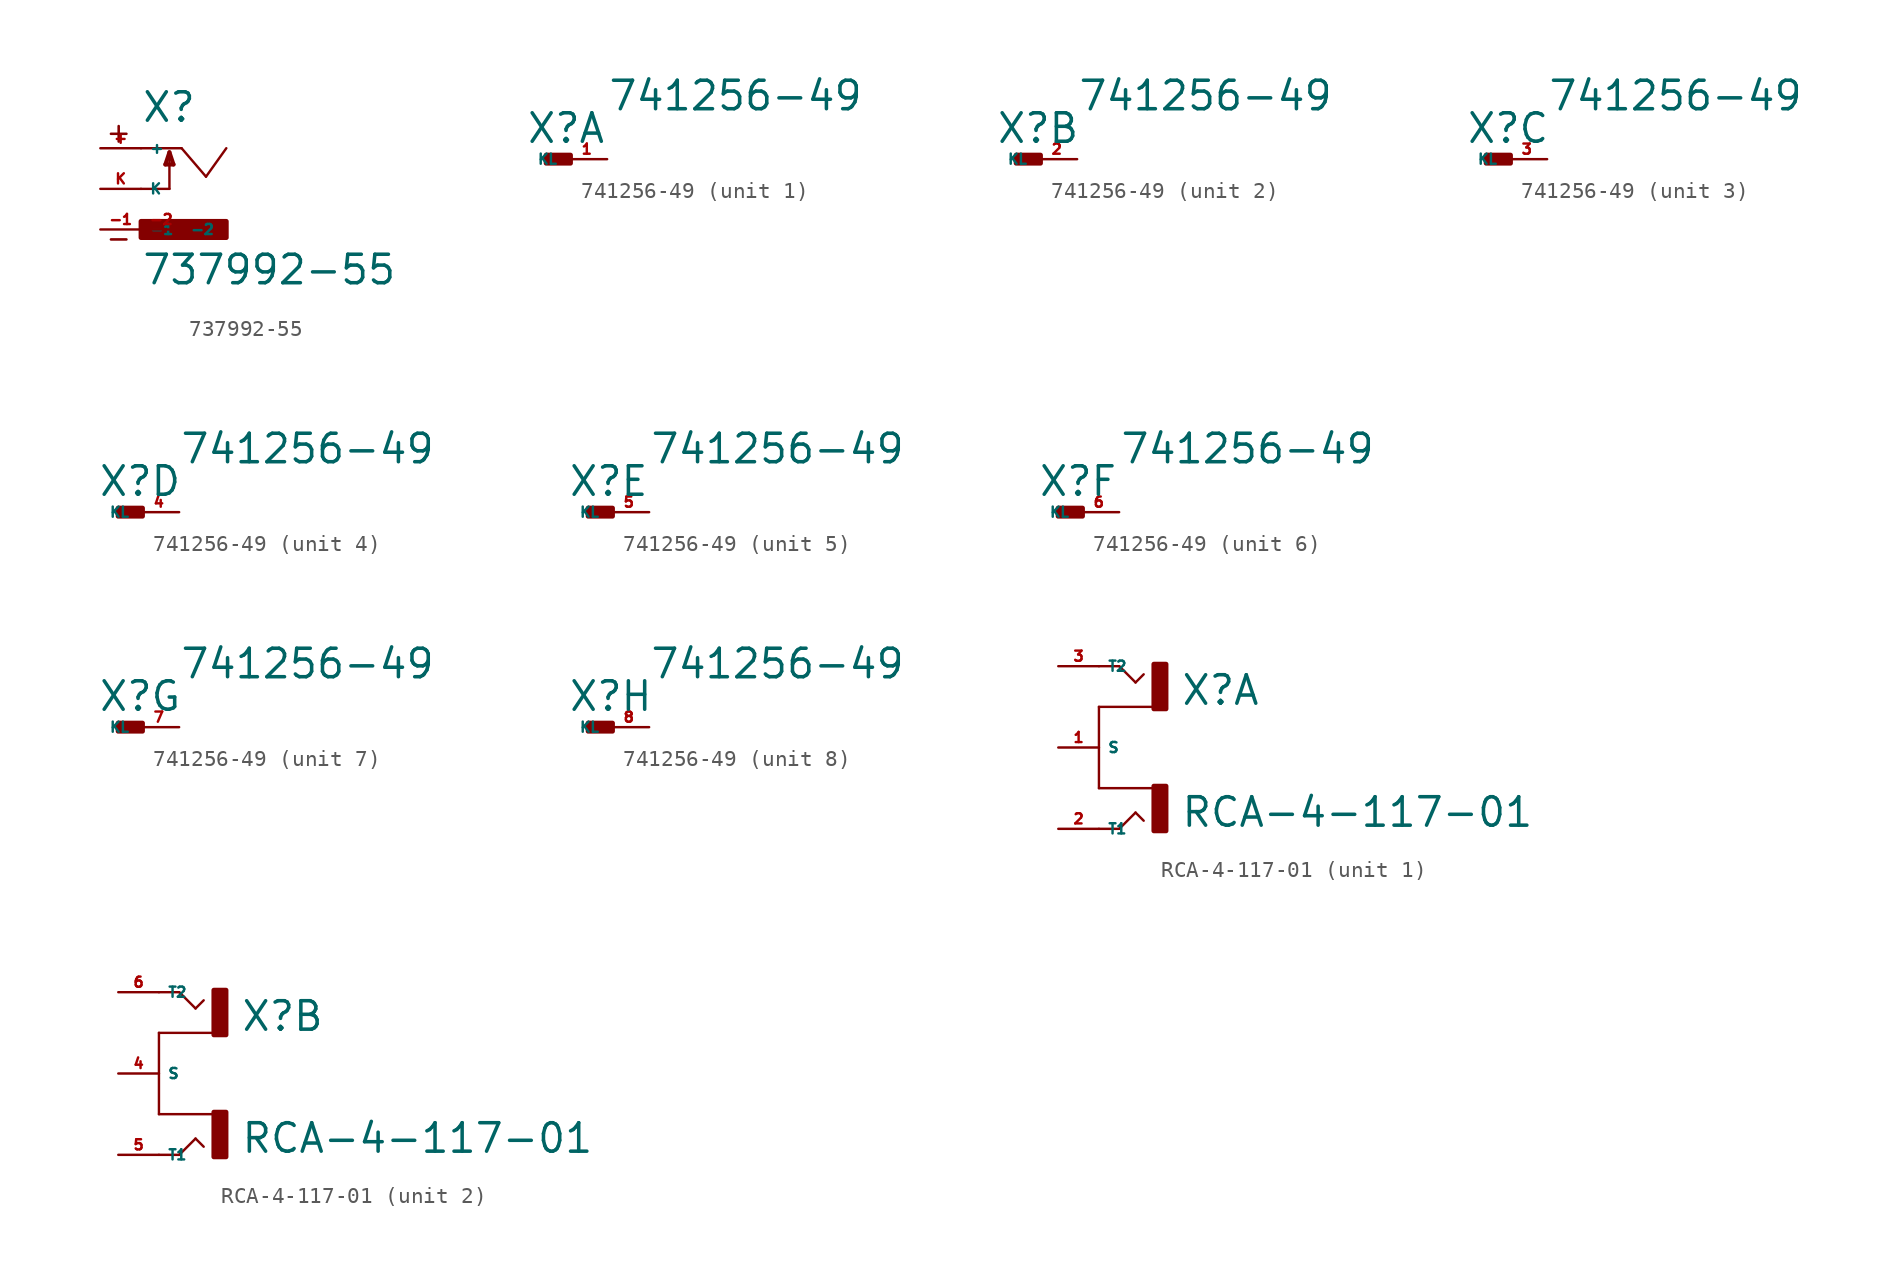
<source format=kicad_sym>
(kicad_symbol_lib
  (version 20220914)
  (generator Eagle2Kicad)
  (symbol "737992-55"
    (property "Reference" "X"
      (at -2.54 4.064 0)
      (effects (font (size 1.778 1.778) (thickness 0.22)) (justify left bottom)))
    (property "Value" "737992-55"
      (at -2.54 -6.096 0)
      (effects (font (size 1.778 1.778) (thickness 0.22)) (justify left bottom)))
    (polyline
      (pts (xy -2.54 2.54) (xy 0 2.54))
      (stroke (width 0.152) (type default))
      (fill (type none)))
    (polyline
      (pts (xy 0 2.54) (xy 1.524 0.762))
      (stroke (width 0.152) (type default))
      (fill (type none)))
    (polyline
      (pts (xy 1.524 0.762) (xy 2.794 2.54))
      (stroke (width 0.152) (type default))
      (fill (type none)))
    (polyline
      (pts (xy -2.54 0) (xy -0.762 0))
      (stroke (width 0.152) (type default))
      (fill (type none)))
    (polyline
      (pts (xy -0.762 0) (xy -0.762 2.286))
      (stroke (width 0.152) (type default))
      (fill (type none)))
    (polyline
      (pts (xy -0.762 2.286) (xy -1.016 1.524))
      (stroke (width 0.254) (type default))
      (fill (type none)))
    (polyline
      (pts (xy -1.016 1.524) (xy -0.508 1.524))
      (stroke (width 0.254) (type default))
      (fill (type none)))
    (polyline
      (pts (xy -0.508 1.524) (xy -0.762 2.286))
      (stroke (width 0.254) (type default))
      (fill (type none)))
    (text "+"
      (at -4.826 2.794 0)
      (effects (font (size 1.27 1.27) (thickness 0.16)) (justify left bottom)))
    (text "-"
      (at -4.826 -3.81 0)
      (effects (font (size 1.27 1.27) (thickness 0.16)) (justify left bottom)))
    (rectangle
      (start -2.54 -3.048)
      (end 2.794 -2.032)
      (stroke (width 0.3) (type default))
      (fill (type outline)))
    (pin passive line
      (at -5.08 -2.54 0)
      (length 2.54)
      (name "-1" (effects (font (size 0.635 0.635) (thickness 0.08)) (justify left bottom)))
      (number "-1" (effects (font (size 0.635 0.635) (thickness 0.08)) (justify left bottom))))
    (pin passive line
      (at -5.08 2.54 0)
      (length 2.54)
      (name "+" (effects (font (size 0.635 0.635) (thickness 0.08)) (justify left bottom)))
      (number "+" (effects (font (size 0.635 0.635) (thickness 0.08)) (justify left bottom))))
    (pin passive line
      (at -5.08 0 0)
      (length 2.54)
      (name "K" (effects (font (size 0.635 0.635) (thickness 0.08)) (justify left bottom)))
      (number "K" (effects (font (size 0.635 0.635) (thickness 0.08)) (justify left bottom))))
    (pin passive line
      (at -2.54 -2.54 0)
      (length 2.54)
      (name "-2" (effects (font (size 0.635 0.635) (thickness 0.08)) (justify left bottom)))
      (number "-2" (effects (font (size 0.635 0.635) (thickness 0.08)) (justify left bottom)))))
  (symbol "741256-49"
    (property "Reference" "X"
      (at -2.54 0.889 0)
      (effects (font (size 1.778 1.778) (thickness 0.22)) (justify left bottom)))
    (property "Value" "741256-49"
      (at 2.54 2.921 0)
      (effects (font (size 1.778 1.778) (thickness 0.22)) (justify left bottom)))
    (symbol "741256-49_1_0"
      (rectangle (start -1.27 -0.254) (end 0.254 0.254) (stroke (width 0.3) (type default)) (fill (type outline)))
      (pin passive line (at 2.54 0 180) (length 2.54) (name "KL" (effects (font (size 0.635 0.635) (thickness 0.08)) (justify left bottom))) (number "1" (effects (font (size 0.635 0.635) (thickness 0.08)) (justify left bottom)))))
    (symbol "741256-49_2_0"
      (rectangle (start -1.27 -0.254) (end 0.254 0.254) (stroke (width 0.3) (type default)) (fill (type outline)))
      (pin passive line (at 2.54 0 180) (length 2.54) (name "KL" (effects (font (size 0.635 0.635) (thickness 0.08)) (justify left bottom))) (number "2" (effects (font (size 0.635 0.635) (thickness 0.08)) (justify left bottom)))))
    (symbol "741256-49_3_0"
      (rectangle (start -1.27 -0.254) (end 0.254 0.254) (stroke (width 0.3) (type default)) (fill (type outline)))
      (pin passive line (at 2.54 0 180) (length 2.54) (name "KL" (effects (font (size 0.635 0.635) (thickness 0.08)) (justify left bottom))) (number "3" (effects (font (size 0.635 0.635) (thickness 0.08)) (justify left bottom)))))
    (symbol "741256-49_4_0"
      (rectangle (start -1.27 -0.254) (end 0.254 0.254) (stroke (width 0.3) (type default)) (fill (type outline)))
      (pin passive line (at 2.54 0 180) (length 2.54) (name "KL" (effects (font (size 0.635 0.635) (thickness 0.08)) (justify left bottom))) (number "4" (effects (font (size 0.635 0.635) (thickness 0.08)) (justify left bottom)))))
    (symbol "741256-49_5_0"
      (rectangle (start -1.27 -0.254) (end 0.254 0.254) (stroke (width 0.3) (type default)) (fill (type outline)))
      (pin passive line (at 2.54 0 180) (length 2.54) (name "KL" (effects (font (size 0.635 0.635) (thickness 0.08)) (justify left bottom))) (number "5" (effects (font (size 0.635 0.635) (thickness 0.08)) (justify left bottom)))))
    (symbol "741256-49_6_0"
      (rectangle (start -1.27 -0.254) (end 0.254 0.254) (stroke (width 0.3) (type default)) (fill (type outline)))
      (pin passive line (at 2.54 0 180) (length 2.54) (name "KL" (effects (font (size 0.635 0.635) (thickness 0.08)) (justify left bottom))) (number "6" (effects (font (size 0.635 0.635) (thickness 0.08)) (justify left bottom)))))
    (symbol "741256-49_7_0"
      (rectangle (start -1.27 -0.254) (end 0.254 0.254) (stroke (width 0.3) (type default)) (fill (type outline)))
      (pin passive line (at 2.54 0 180) (length 2.54) (name "KL" (effects (font (size 0.635 0.635) (thickness 0.08)) (justify left bottom))) (number "7" (effects (font (size 0.635 0.635) (thickness 0.08)) (justify left bottom)))))
    (symbol "741256-49_8_0"
      (rectangle (start -1.27 -0.254) (end 0.254 0.254) (stroke (width 0.3) (type default)) (fill (type outline)))
      (pin passive line (at 2.54 0 180) (length 2.54) (name "KL" (effects (font (size 0.635 0.635) (thickness 0.08)) (justify left bottom))) (number "8" (effects (font (size 0.635 0.635) (thickness 0.08)) (justify left bottom))))))
  (symbol "RCA-4-117-01"
    (property "Reference" "X"
      (at 2.54 2.54 0)
      (effects (font (size 1.778 1.778) (thickness 0.22)) (justify left bottom)))
    (property "Value" "RCA-4-117-01"
      (at 2.54 -5.08 0)
      (effects (font (size 1.778 1.778) (thickness 0.22)) (justify left bottom)))
    (symbol "RCA-4-117-01_1_0"
      (polyline (pts (xy -2.54 -2.54) (xy 1.016 -2.54)) (stroke (width 0.152) (type default)) (fill (type none)))
      (polyline (pts (xy -2.54 -5.08) (xy -1.27 -5.08)) (stroke (width 0.152) (type default)) (fill (type none)))
      (polyline (pts (xy -1.27 -5.08) (xy -0.254 -4.064)) (stroke (width 0.152) (type default)) (fill (type none)))
      (polyline (pts (xy -0.254 -4.064) (xy 0.254 -4.572)) (stroke (width 0.152) (type default)) (fill (type none)))
      (polyline (pts (xy -2.54 2.54) (xy 1.016 2.54)) (stroke (width 0.152) (type default)) (fill (type none)))
      (polyline (pts (xy -2.54 5.08) (xy -1.27 5.08)) (stroke (width 0.152) (type default)) (fill (type none)))
      (polyline (pts (xy -1.27 5.08) (xy -0.254 4.064)) (stroke (width 0.152) (type default)) (fill (type none)))
      (polyline (pts (xy -0.254 4.064) (xy 0.254 4.572)) (stroke (width 0.152) (type default)) (fill (type none)))
      (polyline (pts (xy -2.54 -2.54) (xy -2.54 2.54)) (stroke (width 0.152) (type default)) (fill (type none)))
      (rectangle (start 0.889 -5.207) (end 1.651 -2.413) (stroke (width 0.3) (type default)) (fill (type outline)))
      (rectangle (start 0.889 2.413) (end 1.651 5.207) (stroke (width 0.3) (type default)) (fill (type outline)))
      (pin passive line (at -5.08 -5.08 0) (length 2.54) (name "T1" (effects (font (size 0.635 0.635) (thickness 0.08)) (justify left bottom))) (number "2" (effects (font (size 0.635 0.635) (thickness 0.08)) (justify left bottom))))
      (pin passive line (at -5.08 5.08 0) (length 2.54) (name "T2" (effects (font (size 0.635 0.635) (thickness 0.08)) (justify left bottom))) (number "3" (effects (font (size 0.635 0.635) (thickness 0.08)) (justify left bottom))))
      (pin passive line (at -5.08 0 0) (length 2.54) (name "S" (effects (font (size 0.635 0.635) (thickness 0.08)) (justify left bottom))) (number "1" (effects (font (size 0.635 0.635) (thickness 0.08)) (justify left bottom)))))
    (symbol "RCA-4-117-01_2_0"
      (polyline (pts (xy -2.54 -2.54) (xy 1.016 -2.54)) (stroke (width 0.152) (type default)) (fill (type none)))
      (polyline (pts (xy -2.54 -5.08) (xy -1.27 -5.08)) (stroke (width 0.152) (type default)) (fill (type none)))
      (polyline (pts (xy -1.27 -5.08) (xy -0.254 -4.064)) (stroke (width 0.152) (type default)) (fill (type none)))
      (polyline (pts (xy -0.254 -4.064) (xy 0.254 -4.572)) (stroke (width 0.152) (type default)) (fill (type none)))
      (polyline (pts (xy -2.54 2.54) (xy 1.016 2.54)) (stroke (width 0.152) (type default)) (fill (type none)))
      (polyline (pts (xy -2.54 5.08) (xy -1.27 5.08)) (stroke (width 0.152) (type default)) (fill (type none)))
      (polyline (pts (xy -1.27 5.08) (xy -0.254 4.064)) (stroke (width 0.152) (type default)) (fill (type none)))
      (polyline (pts (xy -0.254 4.064) (xy 0.254 4.572)) (stroke (width 0.152) (type default)) (fill (type none)))
      (polyline (pts (xy -2.54 -2.54) (xy -2.54 2.54)) (stroke (width 0.152) (type default)) (fill (type none)))
      (rectangle (start 0.889 -5.207) (end 1.651 -2.413) (stroke (width 0.3) (type default)) (fill (type outline)))
      (rectangle (start 0.889 2.413) (end 1.651 5.207) (stroke (width 0.3) (type default)) (fill (type outline)))
      (pin passive line (at -5.08 -5.08 0) (length 2.54) (name "T1" (effects (font (size 0.635 0.635) (thickness 0.08)) (justify left bottom))) (number "5" (effects (font (size 0.635 0.635) (thickness 0.08)) (justify left bottom))))
      (pin passive line (at -5.08 5.08 0) (length 2.54) (name "T2" (effects (font (size 0.635 0.635) (thickness 0.08)) (justify left bottom))) (number "6" (effects (font (size 0.635 0.635) (thickness 0.08)) (justify left bottom))))
      (pin passive line (at -5.08 0 0) (length 2.54) (name "S" (effects (font (size 0.635 0.635) (thickness 0.08)) (justify left bottom))) (number "4" (effects (font (size 0.635 0.635) (thickness 0.08)) (justify left bottom)))))))
</source>
